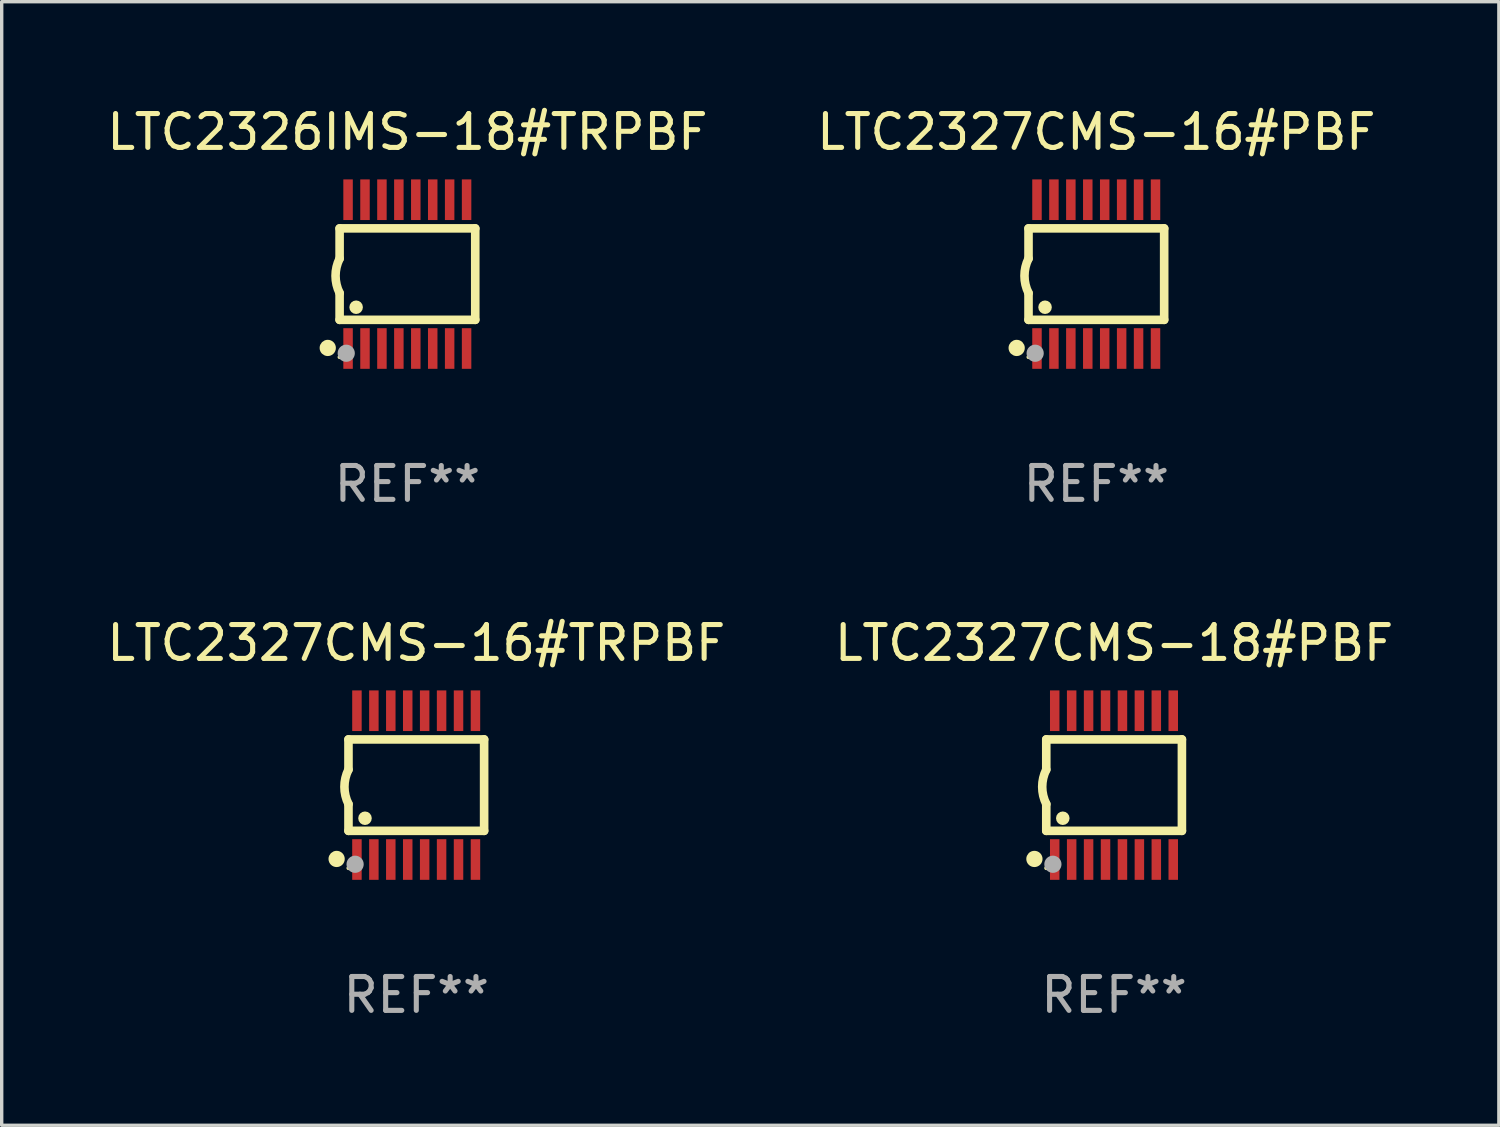
<source format=kicad_pcb>
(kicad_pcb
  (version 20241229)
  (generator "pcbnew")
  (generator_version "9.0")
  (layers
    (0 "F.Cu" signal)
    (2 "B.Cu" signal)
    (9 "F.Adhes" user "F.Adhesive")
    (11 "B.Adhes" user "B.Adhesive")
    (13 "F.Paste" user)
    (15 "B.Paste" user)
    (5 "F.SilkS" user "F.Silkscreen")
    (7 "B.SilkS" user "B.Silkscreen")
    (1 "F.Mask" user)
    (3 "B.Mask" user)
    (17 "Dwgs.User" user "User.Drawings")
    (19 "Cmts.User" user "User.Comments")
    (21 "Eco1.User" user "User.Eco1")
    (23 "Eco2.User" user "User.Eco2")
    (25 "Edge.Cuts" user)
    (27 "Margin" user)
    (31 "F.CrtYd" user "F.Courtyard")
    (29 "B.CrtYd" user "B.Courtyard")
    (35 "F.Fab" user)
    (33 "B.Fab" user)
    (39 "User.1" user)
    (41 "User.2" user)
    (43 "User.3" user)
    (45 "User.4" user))
  (footprint "LTC2327CMS-16#TRPBF"
    (layer "F.Cu")
    (at 9.244 20.136)
    (property "Reference" "LTC2327CMS-16#TRPBF" (at 0 -4.197 0) (layer "F.SilkS") (effects (font (size 1 1) (thickness 0.15))))
    (attr through_hole)
    (fp_line (start -2.003 -1.35) (end -2.003 -0.457) (stroke (width 0.254) (type solid)) (layer "F.SilkS"))
    (fp_line (start -2.003 -1.35) (end 2.003 -1.35) (stroke (width 0.254) (type solid)) (layer "F.SilkS"))
    (fp_line (start -2.003 1.35) (end -2.003 0.559) (stroke (width 0.254) (type solid)) (layer "F.SilkS"))
    (fp_line (start -2.003 1.35) (end 2.003 1.35) (stroke (width 0.254) (type solid)) (layer "F.SilkS"))
    (fp_line (start 2.003 -1.35) (end 2.003 1.35) (stroke (width 0.254) (type solid)) (layer "F.SilkS"))
    (fp_arc (start -2.002286 0.558802) (mid -2.122556 0.05092) (end -2.003302 -0.457201) (stroke (width 0.254001) (type solid)) (layer "F.SilkS"))
    (fp_circle (center -2.353 2.18) (end -2.233 2.18) (stroke (width 0.24) (type solid)) (fill no) (layer "F.SilkS"))
    (fp_circle (center -2.003 2.45) (end -1.973 2.45) (stroke (width 0.06) (type solid)) (fill no) (layer "F.SilkS"))
    (fp_circle (center -1.515 0.978) (end -1.415 0.978) (stroke (width 0.2) (type solid)) (fill no) (layer "F.SilkS"))
    (fp_circle (center -1.807 2.337) (end -1.68 2.337) (stroke (width 0.254) (type solid)) (fill no) (layer "F.Fab"))
    (fp_text user "REF**" (at 0 6.197 0) (layer "F.Fab") (effects (font (size 1 1) (thickness 0.15))))
    (pad "1" smd rect (at -1.753 2.197 90) (size 1.2 0.28) (layers "F.Cu" "F.Mask" "F.Paste"))
    (pad "2" smd rect (at -1.253 2.197 90) (size 1.2 0.28) (layers "F.Cu" "F.Mask" "F.Paste"))
    (pad "3" smd rect (at -0.753 2.197 90) (size 1.2 0.28) (layers "F.Cu" "F.Mask" "F.Paste"))
    (pad "4" smd rect (at -0.253 2.197 90) (size 1.2 0.28) (layers "F.Cu" "F.Mask" "F.Paste"))
    (pad "5" smd rect (at 0.247 2.197 90) (size 1.2 0.28) (layers "F.Cu" "F.Mask" "F.Paste"))
    (pad "6" smd rect (at 0.747 2.197 90) (size 1.2 0.28) (layers "F.Cu" "F.Mask" "F.Paste"))
    (pad "7" smd rect (at 1.247 2.197 90) (size 1.2 0.28) (layers "F.Cu" "F.Mask" "F.Paste"))
    (pad "8" smd rect (at 1.747 2.197 90) (size 1.2 0.28) (layers "F.Cu" "F.Mask" "F.Paste"))
    (pad "9" smd rect (at 1.747 -2.197 90) (size 1.2 0.28) (layers "F.Cu" "F.Mask" "F.Paste"))
    (pad "10" smd rect (at 1.247 -2.197 90) (size 1.2 0.28) (layers "F.Cu" "F.Mask" "F.Paste"))
    (pad "11" smd rect (at 0.747 -2.197 90) (size 1.2 0.28) (layers "F.Cu" "F.Mask" "F.Paste"))
    (pad "12" smd rect (at 0.247 -2.197 90) (size 1.2 0.28) (layers "F.Cu" "F.Mask" "F.Paste"))
    (pad "13" smd rect (at -0.253 -2.197 90) (size 1.2 0.28) (layers "F.Cu" "F.Mask" "F.Paste"))
    (pad "14" smd rect (at -0.753 -2.197 90) (size 1.2 0.28) (layers "F.Cu" "F.Mask" "F.Paste"))
    (pad "15" smd rect (at -1.253 -2.197 90) (size 1.2 0.28) (layers "F.Cu" "F.Mask" "F.Paste"))
    (pad "16" smd rect (at -1.753 -2.197 90) (size 1.2 0.28) (layers "F.Cu" "F.Mask" "F.Paste")))
  (footprint "LTC2327CMS-16#PBF"
    (layer "F.Cu")
    (at 29.327 5.045)
    (property "Reference" "LTC2327CMS-16#PBF" (at 0 -4.197 0) (layer "F.SilkS") (effects (font (size 1 1) (thickness 0.15))))
    (attr through_hole)
    (fp_line (start -2.003 -1.35) (end -2.003 -0.457) (stroke (width 0.254) (type solid)) (layer "F.SilkS"))
    (fp_line (start -2.003 -1.35) (end 2.003 -1.35) (stroke (width 0.254) (type solid)) (layer "F.SilkS"))
    (fp_line (start -2.003 1.35) (end -2.003 0.559) (stroke (width 0.254) (type solid)) (layer "F.SilkS"))
    (fp_line (start -2.003 1.35) (end 2.003 1.35) (stroke (width 0.254) (type solid)) (layer "F.SilkS"))
    (fp_line (start 2.003 -1.35) (end 2.003 1.35) (stroke (width 0.254) (type solid)) (layer "F.SilkS"))
    (fp_arc (start -2.002286 0.558802) (mid -2.122556 0.05092) (end -2.003302 -0.457201) (stroke (width 0.254001) (type solid)) (layer "F.SilkS"))
    (fp_circle (center -2.353 2.18) (end -2.233 2.18) (stroke (width 0.24) (type solid)) (fill no) (layer "F.SilkS"))
    (fp_circle (center -2.003 2.45) (end -1.973 2.45) (stroke (width 0.06) (type solid)) (fill no) (layer "F.SilkS"))
    (fp_circle (center -1.515 0.978) (end -1.415 0.978) (stroke (width 0.2) (type solid)) (fill no) (layer "F.SilkS"))
    (fp_circle (center -1.807 2.337) (end -1.68 2.337) (stroke (width 0.254) (type solid)) (fill no) (layer "F.Fab"))
    (fp_text user "REF**" (at 0 6.197 0) (layer "F.Fab") (effects (font (size 1 1) (thickness 0.15))))
    (pad "1" smd rect (at -1.753 2.197 90) (size 1.2 0.28) (layers "F.Cu" "F.Mask" "F.Paste"))
    (pad "2" smd rect (at -1.253 2.197 90) (size 1.2 0.28) (layers "F.Cu" "F.Mask" "F.Paste"))
    (pad "3" smd rect (at -0.753 2.197 90) (size 1.2 0.28) (layers "F.Cu" "F.Mask" "F.Paste"))
    (pad "4" smd rect (at -0.253 2.197 90) (size 1.2 0.28) (layers "F.Cu" "F.Mask" "F.Paste"))
    (pad "5" smd rect (at 0.247 2.197 90) (size 1.2 0.28) (layers "F.Cu" "F.Mask" "F.Paste"))
    (pad "6" smd rect (at 0.747 2.197 90) (size 1.2 0.28) (layers "F.Cu" "F.Mask" "F.Paste"))
    (pad "7" smd rect (at 1.247 2.197 90) (size 1.2 0.28) (layers "F.Cu" "F.Mask" "F.Paste"))
    (pad "8" smd rect (at 1.747 2.197 90) (size 1.2 0.28) (layers "F.Cu" "F.Mask" "F.Paste"))
    (pad "9" smd rect (at 1.747 -2.197 90) (size 1.2 0.28) (layers "F.Cu" "F.Mask" "F.Paste"))
    (pad "10" smd rect (at 1.247 -2.197 90) (size 1.2 0.28) (layers "F.Cu" "F.Mask" "F.Paste"))
    (pad "11" smd rect (at 0.747 -2.197 90) (size 1.2 0.28) (layers "F.Cu" "F.Mask" "F.Paste"))
    (pad "12" smd rect (at 0.247 -2.197 90) (size 1.2 0.28) (layers "F.Cu" "F.Mask" "F.Paste"))
    (pad "13" smd rect (at -0.253 -2.197 90) (size 1.2 0.28) (layers "F.Cu" "F.Mask" "F.Paste"))
    (pad "14" smd rect (at -0.753 -2.197 90) (size 1.2 0.28) (layers "F.Cu" "F.Mask" "F.Paste"))
    (pad "15" smd rect (at -1.253 -2.197 90) (size 1.2 0.28) (layers "F.Cu" "F.Mask" "F.Paste"))
    (pad "16" smd rect (at -1.753 -2.197 90) (size 1.2 0.28) (layers "F.Cu" "F.Mask" "F.Paste")))
  (footprint "LTC2327CMS-18#PBF"
    (layer "F.Cu")
    (at 29.851 20.136)
    (property "Reference" "LTC2327CMS-18#PBF" (at 0 -4.197 0) (layer "F.SilkS") (effects (font (size 1 1) (thickness 0.15))))
    (attr through_hole)
    (fp_line (start -2.003 -1.35) (end -2.003 -0.457) (stroke (width 0.254) (type solid)) (layer "F.SilkS"))
    (fp_line (start -2.003 -1.35) (end 2.003 -1.35) (stroke (width 0.254) (type solid)) (layer "F.SilkS"))
    (fp_line (start -2.003 1.35) (end -2.003 0.559) (stroke (width 0.254) (type solid)) (layer "F.SilkS"))
    (fp_line (start -2.003 1.35) (end 2.003 1.35) (stroke (width 0.254) (type solid)) (layer "F.SilkS"))
    (fp_line (start 2.003 -1.35) (end 2.003 1.35) (stroke (width 0.254) (type solid)) (layer "F.SilkS"))
    (fp_arc (start -2.002286 0.558802) (mid -2.122556 0.05092) (end -2.003302 -0.457201) (stroke (width 0.254001) (type solid)) (layer "F.SilkS"))
    (fp_circle (center -2.353 2.18) (end -2.233 2.18) (stroke (width 0.24) (type solid)) (fill no) (layer "F.SilkS"))
    (fp_circle (center -2.003 2.45) (end -1.973 2.45) (stroke (width 0.06) (type solid)) (fill no) (layer "F.SilkS"))
    (fp_circle (center -1.515 0.978) (end -1.415 0.978) (stroke (width 0.2) (type solid)) (fill no) (layer "F.SilkS"))
    (fp_circle (center -1.807 2.337) (end -1.68 2.337) (stroke (width 0.254) (type solid)) (fill no) (layer "F.Fab"))
    (fp_text user "REF**" (at 0 6.197 0) (layer "F.Fab") (effects (font (size 1 1) (thickness 0.15))))
    (pad "1" smd rect (at -1.753 2.197 90) (size 1.2 0.28) (layers "F.Cu" "F.Mask" "F.Paste"))
    (pad "2" smd rect (at -1.253 2.197 90) (size 1.2 0.28) (layers "F.Cu" "F.Mask" "F.Paste"))
    (pad "3" smd rect (at -0.753 2.197 90) (size 1.2 0.28) (layers "F.Cu" "F.Mask" "F.Paste"))
    (pad "4" smd rect (at -0.253 2.197 90) (size 1.2 0.28) (layers "F.Cu" "F.Mask" "F.Paste"))
    (pad "5" smd rect (at 0.247 2.197 90) (size 1.2 0.28) (layers "F.Cu" "F.Mask" "F.Paste"))
    (pad "6" smd rect (at 0.747 2.197 90) (size 1.2 0.28) (layers "F.Cu" "F.Mask" "F.Paste"))
    (pad "7" smd rect (at 1.247 2.197 90) (size 1.2 0.28) (layers "F.Cu" "F.Mask" "F.Paste"))
    (pad "8" smd rect (at 1.747 2.197 90) (size 1.2 0.28) (layers "F.Cu" "F.Mask" "F.Paste"))
    (pad "9" smd rect (at 1.747 -2.197 90) (size 1.2 0.28) (layers "F.Cu" "F.Mask" "F.Paste"))
    (pad "10" smd rect (at 1.247 -2.197 90) (size 1.2 0.28) (layers "F.Cu" "F.Mask" "F.Paste"))
    (pad "11" smd rect (at 0.747 -2.197 90) (size 1.2 0.28) (layers "F.Cu" "F.Mask" "F.Paste"))
    (pad "12" smd rect (at 0.247 -2.197 90) (size 1.2 0.28) (layers "F.Cu" "F.Mask" "F.Paste"))
    (pad "13" smd rect (at -0.253 -2.197 90) (size 1.2 0.28) (layers "F.Cu" "F.Mask" "F.Paste"))
    (pad "14" smd rect (at -0.753 -2.197 90) (size 1.2 0.28) (layers "F.Cu" "F.Mask" "F.Paste"))
    (pad "15" smd rect (at -1.253 -2.197 90) (size 1.2 0.28) (layers "F.Cu" "F.Mask" "F.Paste"))
    (pad "16" smd rect (at -1.753 -2.197 90) (size 1.2 0.28) (layers "F.Cu" "F.Mask" "F.Paste")))
  (footprint "LTC2326IMS-18#TRPBF"
    (layer "F.Cu")
    (at 8.982 5.045)
    (property "Reference" "LTC2326IMS-18#TRPBF" (at 0 -4.197 0) (layer "F.SilkS") (effects (font (size 1 1) (thickness 0.15))))
    (attr through_hole)
    (fp_line (start -2.003 -1.35) (end -2.003 -0.457) (stroke (width 0.254) (type solid)) (layer "F.SilkS"))
    (fp_line (start -2.003 -1.35) (end 2.003 -1.35) (stroke (width 0.254) (type solid)) (layer "F.SilkS"))
    (fp_line (start -2.003 1.35) (end -2.003 0.559) (stroke (width 0.254) (type solid)) (layer "F.SilkS"))
    (fp_line (start -2.003 1.35) (end 2.003 1.35) (stroke (width 0.254) (type solid)) (layer "F.SilkS"))
    (fp_line (start 2.003 -1.35) (end 2.003 1.35) (stroke (width 0.254) (type solid)) (layer "F.SilkS"))
    (fp_arc (start -2.002286 0.558802) (mid -2.122556 0.05092) (end -2.003302 -0.457201) (stroke (width 0.254001) (type solid)) (layer "F.SilkS"))
    (fp_circle (center -2.353 2.18) (end -2.233 2.18) (stroke (width 0.24) (type solid)) (fill no) (layer "F.SilkS"))
    (fp_circle (center -2.003 2.45) (end -1.973 2.45) (stroke (width 0.06) (type solid)) (fill no) (layer "F.SilkS"))
    (fp_circle (center -1.515 0.978) (end -1.415 0.978) (stroke (width 0.2) (type solid)) (fill no) (layer "F.SilkS"))
    (fp_circle (center -1.807 2.337) (end -1.68 2.337) (stroke (width 0.254) (type solid)) (fill no) (layer "F.Fab"))
    (fp_text user "REF**" (at 0 6.197 0) (layer "F.Fab") (effects (font (size 1 1) (thickness 0.15))))
    (pad "1" smd rect (at -1.753 2.197 90) (size 1.2 0.28) (layers "F.Cu" "F.Mask" "F.Paste"))
    (pad "2" smd rect (at -1.253 2.197 90) (size 1.2 0.28) (layers "F.Cu" "F.Mask" "F.Paste"))
    (pad "3" smd rect (at -0.753 2.197 90) (size 1.2 0.28) (layers "F.Cu" "F.Mask" "F.Paste"))
    (pad "4" smd rect (at -0.253 2.197 90) (size 1.2 0.28) (layers "F.Cu" "F.Mask" "F.Paste"))
    (pad "5" smd rect (at 0.247 2.197 90) (size 1.2 0.28) (layers "F.Cu" "F.Mask" "F.Paste"))
    (pad "6" smd rect (at 0.747 2.197 90) (size 1.2 0.28) (layers "F.Cu" "F.Mask" "F.Paste"))
    (pad "7" smd rect (at 1.247 2.197 90) (size 1.2 0.28) (layers "F.Cu" "F.Mask" "F.Paste"))
    (pad "8" smd rect (at 1.747 2.197 90) (size 1.2 0.28) (layers "F.Cu" "F.Mask" "F.Paste"))
    (pad "9" smd rect (at 1.747 -2.197 90) (size 1.2 0.28) (layers "F.Cu" "F.Mask" "F.Paste"))
    (pad "10" smd rect (at 1.247 -2.197 90) (size 1.2 0.28) (layers "F.Cu" "F.Mask" "F.Paste"))
    (pad "11" smd rect (at 0.747 -2.197 90) (size 1.2 0.28) (layers "F.Cu" "F.Mask" "F.Paste"))
    (pad "12" smd rect (at 0.247 -2.197 90) (size 1.2 0.28) (layers "F.Cu" "F.Mask" "F.Paste"))
    (pad "13" smd rect (at -0.253 -2.197 90) (size 1.2 0.28) (layers "F.Cu" "F.Mask" "F.Paste"))
    (pad "14" smd rect (at -0.753 -2.197 90) (size 1.2 0.28) (layers "F.Cu" "F.Mask" "F.Paste"))
    (pad "15" smd rect (at -1.253 -2.197 90) (size 1.2 0.28) (layers "F.Cu" "F.Mask" "F.Paste"))
    (pad "16" smd rect (at -1.753 -2.197 90) (size 1.2 0.28) (layers "F.Cu" "F.Mask" "F.Paste")))
  (gr_rect
    (start -3 -3)
    (end 41.214 30.181)
    (stroke (width 0.1) (type default))
    (fill no)
    (layer "Edge.Cuts")))
</source>
